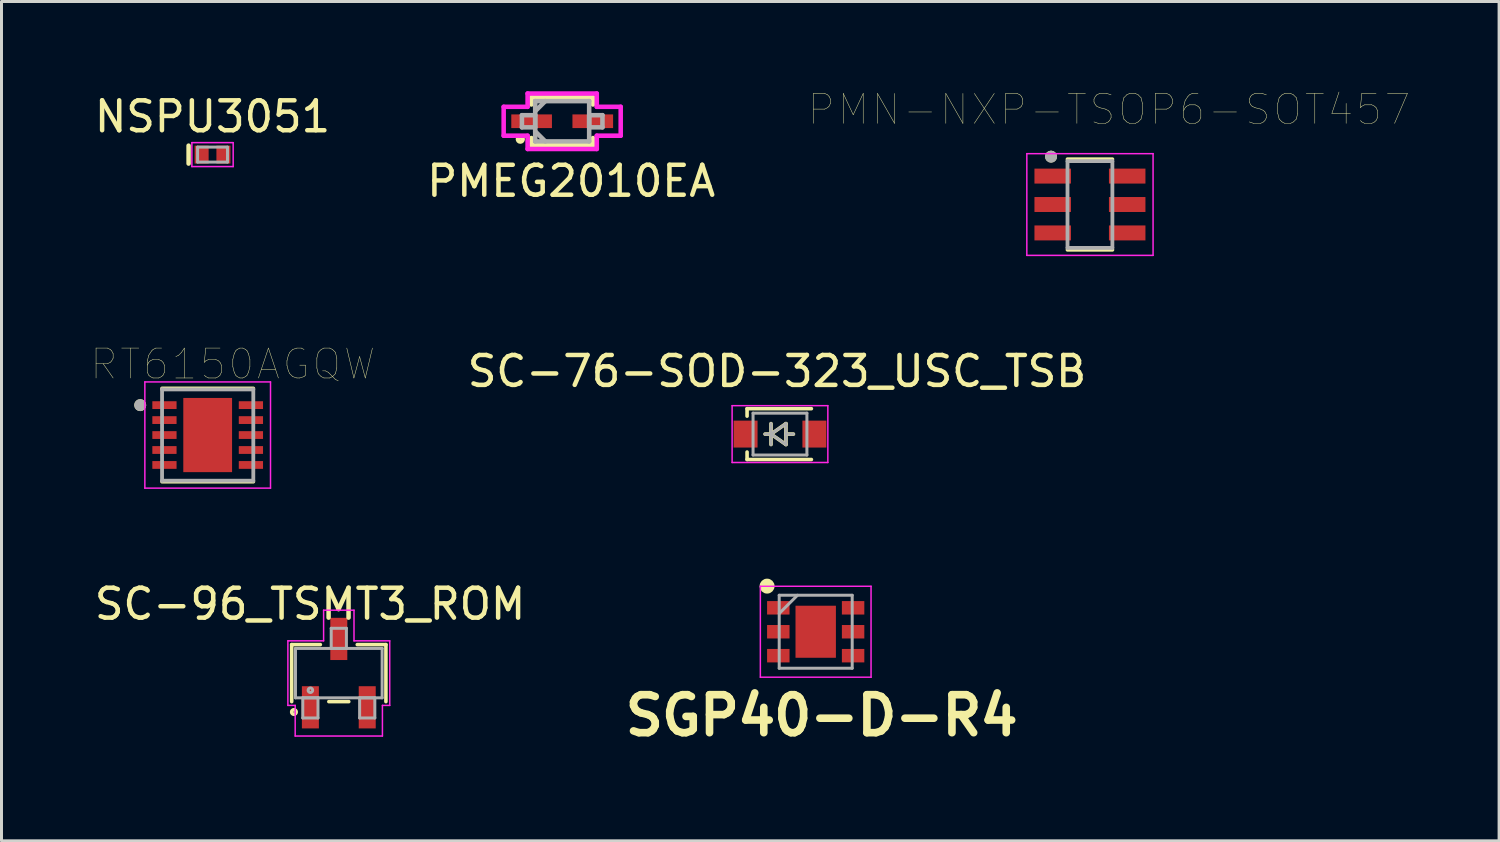
<source format=kicad_pcb>
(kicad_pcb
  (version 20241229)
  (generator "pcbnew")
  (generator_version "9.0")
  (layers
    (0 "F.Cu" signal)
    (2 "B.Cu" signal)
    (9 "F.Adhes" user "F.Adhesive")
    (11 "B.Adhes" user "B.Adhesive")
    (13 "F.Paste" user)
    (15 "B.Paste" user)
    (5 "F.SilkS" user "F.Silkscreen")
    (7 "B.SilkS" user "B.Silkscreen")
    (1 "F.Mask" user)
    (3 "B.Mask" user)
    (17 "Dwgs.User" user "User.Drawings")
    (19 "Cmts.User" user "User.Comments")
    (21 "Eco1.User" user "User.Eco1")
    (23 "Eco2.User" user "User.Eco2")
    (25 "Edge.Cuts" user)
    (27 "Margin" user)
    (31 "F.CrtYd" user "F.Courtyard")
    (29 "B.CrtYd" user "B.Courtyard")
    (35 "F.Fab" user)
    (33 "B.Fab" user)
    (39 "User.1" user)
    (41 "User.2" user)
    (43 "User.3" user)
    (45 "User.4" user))
  (footprint "SC-96_TSMT3_ROM"
    (layer "F.Cu")
    (at 8.275 19.45)
    (property "Reference" "SC-96_TSMT3_ROM" (at -0.96 -2.31 0) (layer "F.SilkS") (effects (font (size 1 1) (thickness 0.15))))
    (attr smd)
    (fp_line (start -1.575 -0.953) (end -1.575 0.953) (stroke (width 0.12) (type solid)) (layer "F.SilkS"))
    (fp_line (start -0.617 -0.953) (end -1.575 -0.953) (stroke (width 0.12) (type solid)) (layer "F.SilkS"))
    (fp_line (start -0.333 0.953) (end 0.333 0.953) (stroke (width 0.12) (type solid)) (layer "F.SilkS"))
    (fp_line (start 1.575 -0.953) (end 0.617 -0.953) (stroke (width 0.12) (type solid)) (layer "F.SilkS"))
    (fp_line (start 1.575 0.953) (end 1.575 -0.953) (stroke (width 0.12) (type solid)) (layer "F.SilkS"))
    (fp_circle (center -1.5 1.3) (end -1.424 1.3) (stroke (width 0.12) (type solid)) (fill no) (layer "F.SilkS"))
    (fp_line (start -1.702 -1.079) (end -0.508 -1.079) (stroke (width 0.05) (type solid)) (layer "F.CrtYd"))
    (fp_line (start -1.702 1.079) (end -1.702 -1.079) (stroke (width 0.05) (type solid)) (layer "F.CrtYd"))
    (fp_line (start -1.458 1.079) (end -1.702 1.079) (stroke (width 0.05) (type solid)) (layer "F.CrtYd"))
    (fp_line (start -1.458 2.103) (end -1.458 1.079) (stroke (width 0.05) (type solid)) (layer "F.CrtYd"))
    (fp_line (start -0.508 -2.103) (end 0.508 -2.103) (stroke (width 0.05) (type solid)) (layer "F.CrtYd"))
    (fp_line (start -0.508 -1.079) (end -0.508 -2.103) (stroke (width 0.05) (type solid)) (layer "F.CrtYd"))
    (fp_line (start 0.508 -1.079) (end 0.508 -2.103) (stroke (width 0.05) (type solid)) (layer "F.CrtYd"))
    (fp_line (start 0.508 -1.079) (end 1.702 -1.079) (stroke (width 0.05) (type solid)) (layer "F.CrtYd"))
    (fp_line (start 1.458 1.079) (end 1.458 2.103) (stroke (width 0.05) (type solid)) (layer "F.CrtYd"))
    (fp_line (start 1.458 2.103) (end -1.458 2.103) (stroke (width 0.05) (type solid)) (layer "F.CrtYd"))
    (fp_line (start 1.702 -1.079) (end 1.702 1.079) (stroke (width 0.05) (type solid)) (layer "F.CrtYd"))
    (fp_line (start 1.702 1.079) (end 1.458 1.079) (stroke (width 0.05) (type solid)) (layer "F.CrtYd"))
    (fp_line (start -1.448 -0.826) (end -1.448 0.826) (stroke (width 0.1) (type solid)) (layer "F.Fab"))
    (fp_line (start -1.448 0.826) (end 1.448 0.826) (stroke (width 0.1) (type solid)) (layer "F.Fab"))
    (fp_line (start -1.204 0.826) (end -1.204 1.499) (stroke (width 0.1) (type solid)) (layer "F.Fab"))
    (fp_line (start -1.204 1.499) (end -0.696 1.499) (stroke (width 0.1) (type solid)) (layer "F.Fab"))
    (fp_line (start -0.696 0.826) (end -1.204 0.826) (stroke (width 0.1) (type solid)) (layer "F.Fab"))
    (fp_line (start -0.696 1.499) (end -0.696 0.826) (stroke (width 0.1) (type solid)) (layer "F.Fab"))
    (fp_line (start -0.254 -1.499) (end -0.254 -0.826) (stroke (width 0.1) (type solid)) (layer "F.Fab"))
    (fp_line (start -0.254 -0.826) (end 0.254 -0.826) (stroke (width 0.1) (type solid)) (layer "F.Fab"))
    (fp_line (start 0.254 -1.499) (end -0.254 -1.499) (stroke (width 0.1) (type solid)) (layer "F.Fab"))
    (fp_line (start 0.254 -0.826) (end 0.254 -1.499) (stroke (width 0.1) (type solid)) (layer "F.Fab"))
    (fp_line (start 0.696 0.826) (end 0.696 1.499) (stroke (width 0.1) (type solid)) (layer "F.Fab"))
    (fp_line (start 0.696 1.499) (end 1.204 1.499) (stroke (width 0.1) (type solid)) (layer "F.Fab"))
    (fp_line (start 1.204 0.826) (end 0.696 0.826) (stroke (width 0.1) (type solid)) (layer "F.Fab"))
    (fp_line (start 1.204 1.499) (end 1.204 0.826) (stroke (width 0.1) (type solid)) (layer "F.Fab"))
    (fp_line (start 1.448 -0.826) (end -1.448 -0.826) (stroke (width 0.1) (type solid)) (layer "F.Fab"))
    (fp_line (start 1.448 0.826) (end 1.448 -0.826) (stroke (width 0.1) (type solid)) (layer "F.Fab"))
    (fp_circle (center -0.95 0.572) (end -0.874 0.572) (stroke (width 0.1) (type solid)) (fill no) (layer "F.Fab"))
    (pad "1" smd rect (at -0.95 1.143) (size 0.568 1.411) (layers "F.Cu" "F.Mask" "F.Paste"))
    (pad "2" smd rect (at 0.95 1.143) (size 0.568 1.411) (layers "F.Cu" "F.Mask" "F.Paste"))
    (pad "3" smd rect (at 0 -1.143) (size 0.568 1.411) (layers "F.Cu" "F.Mask" "F.Paste")))
  (footprint "SC-76-SOD-323_USC_TSB"
    (layer "F.Cu")
    (at 23.022 11.46)
    (property "Reference" "SC-76-SOD-323_USC_TSB" (at -0.1 -2.1 0) (layer "F.SilkS") (effects (font (size 1 1) (thickness 0.15))))
    (attr smd)
    (fp_line (start -1.1 -0.85) (end -1.1 -0.6) (stroke (width 0.12) (type solid)) (layer "F.SilkS"))
    (fp_line (start -1.1 -0.85) (end 1.05 -0.85) (stroke (width 0.12) (type solid)) (layer "F.SilkS"))
    (fp_line (start -1.1 0.85) (end -1.1 0.6) (stroke (width 0.12) (type solid)) (layer "F.SilkS"))
    (fp_line (start -1.1 0.85) (end 1.05 0.85) (stroke (width 0.12) (type solid)) (layer "F.SilkS"))
    (fp_line (start -0.3 -0.35) (end -0.3 0.35) (stroke (width 0.12) (type solid)) (layer "F.SilkS"))
    (fp_line (start -0.3 0) (end -0.5 0) (stroke (width 0.12) (type solid)) (layer "F.SilkS"))
    (fp_line (start -0.3 0) (end 0.2 -0.35) (stroke (width 0.12) (type solid)) (layer "F.SilkS"))
    (fp_line (start 0.2 -0.35) (end 0.2 0.35) (stroke (width 0.12) (type solid)) (layer "F.SilkS"))
    (fp_line (start 0.2 0) (end 0.45 0) (stroke (width 0.12) (type solid)) (layer "F.SilkS"))
    (fp_line (start 0.2 0.35) (end -0.3 0) (stroke (width 0.12) (type solid)) (layer "F.SilkS"))
    (fp_line (start -1.6 -0.95) (end -1.6 0.95) (stroke (width 0.05) (type solid)) (layer "F.CrtYd"))
    (fp_line (start -1.6 -0.95) (end 1.6 -0.95) (stroke (width 0.05) (type solid)) (layer "F.CrtYd"))
    (fp_line (start -1.6 0.95) (end 1.6 0.95) (stroke (width 0.05) (type solid)) (layer "F.CrtYd"))
    (fp_line (start 1.6 -0.95) (end 1.6 0.95) (stroke (width 0.05) (type solid)) (layer "F.CrtYd"))
    (fp_line (start -0.9 -0.7) (end 0.9 -0.7) (stroke (width 0.1) (type solid)) (layer "F.Fab"))
    (fp_line (start -0.9 0.7) (end -0.9 -0.7) (stroke (width 0.1) (type solid)) (layer "F.Fab"))
    (fp_line (start -0.3 -0.35) (end -0.3 0.35) (stroke (width 0.1) (type solid)) (layer "F.Fab"))
    (fp_line (start -0.3 0) (end -0.5 0) (stroke (width 0.1) (type solid)) (layer "F.Fab"))
    (fp_line (start -0.3 0) (end 0.2 -0.35) (stroke (width 0.1) (type solid)) (layer "F.Fab"))
    (fp_line (start 0.2 -0.35) (end 0.2 0.35) (stroke (width 0.1) (type solid)) (layer "F.Fab"))
    (fp_line (start 0.2 0) (end 0.45 0) (stroke (width 0.1) (type solid)) (layer "F.Fab"))
    (fp_line (start 0.2 0.35) (end -0.3 0) (stroke (width 0.1) (type solid)) (layer "F.Fab"))
    (fp_line (start 0.9 -0.7) (end 0.9 0.7) (stroke (width 0.1) (type solid)) (layer "F.Fab"))
    (fp_line (start 0.9 0.7) (end -0.9 0.7) (stroke (width 0.1) (type solid)) (layer "F.Fab"))
    (pad "1" smd rect (at -1.15 0) (size 0.8 0.9) (layers "F.Cu" "F.Mask" "F.Paste"))
    (pad "2" smd rect (at 1.15 0) (size 0.8 0.9) (layers "F.Cu" "F.Mask" "F.Paste")))
  (footprint "NSPU3051"
    (layer "F.Cu")
    (at 4.054 2.118)
    (property "Reference" "NSPU3051" (at 0 -1.27 0) (layer "F.SilkS") (effects (font (size 1 1) (thickness 0.15))))
    (attr smd)
    (fp_line (start -0.8 -0.3) (end -0.8 0.3) (stroke (width 0.15) (type solid)) (layer "F.SilkS"))
    (fp_line (start -0.69 -0.4) (end -0.69 0.4) (stroke (width 0.05) (type solid)) (layer "F.CrtYd"))
    (fp_line (start -0.69 -0.4) (end 0.69 -0.4) (stroke (width 0.05) (type solid)) (layer "F.CrtYd"))
    (fp_line (start 0.69 0.4) (end -0.69 0.4) (stroke (width 0.05) (type solid)) (layer "F.CrtYd"))
    (fp_line (start 0.69 0.4) (end 0.69 -0.4) (stroke (width 0.05) (type solid)) (layer "F.CrtYd"))
    (fp_line (start -0.5 -0.25) (end 0.5 -0.25) (stroke (width 0.1) (type solid)) (layer "F.Fab"))
    (fp_line (start -0.5 0.25) (end -0.5 -0.25) (stroke (width 0.1) (type solid)) (layer "F.Fab"))
    (fp_line (start 0.5 -0.25) (end 0.5 0.25) (stroke (width 0.1) (type solid)) (layer "F.Fab"))
    (fp_line (start 0.5 0.25) (end -0.5 0.25) (stroke (width 0.1) (type solid)) (layer "F.Fab"))
    (pad "1" smd rect (at -0.365 0) (size 0.47 0.6) (layers "F.Cu" "F.Mask" "F.Paste"))
    (pad "2" smd rect (at 0.365 0) (size 0.47 0.6) (layers "F.Cu" "F.Mask" "F.Paste")))
  (footprint "SGP40-D-R4"
    (layer "F.Cu")
    (at 24.216 18.067)
    (property "Reference" "SGP40-D-R4" (at 0.2 2.8 0) (layer "F.SilkS") (effects (font (size 1.27 1.27) (thickness 0.254))))
    (attr smd)
    (fp_circle (center -1.625 -1.525) (end -1.625 -1.4) (stroke (width 0.25) (type solid)) (fill no) (layer "F.SilkS"))
    (fp_line (start -1.85 -1.52) (end 1.85 -1.52) (stroke (width 0.05) (type solid)) (layer "F.CrtYd"))
    (fp_line (start -1.85 1.52) (end -1.85 -1.52) (stroke (width 0.05) (type solid)) (layer "F.CrtYd"))
    (fp_line (start 1.85 -1.52) (end 1.85 1.52) (stroke (width 0.05) (type solid)) (layer "F.CrtYd"))
    (fp_line (start 1.85 1.52) (end -1.85 1.52) (stroke (width 0.05) (type solid)) (layer "F.CrtYd"))
    (fp_line (start -1.22 -1.22) (end 1.22 -1.22) (stroke (width 0.1) (type solid)) (layer "F.Fab"))
    (fp_line (start -1.22 -0.61) (end -0.61 -1.22) (stroke (width 0.1) (type solid)) (layer "F.Fab"))
    (fp_line (start -1.22 1.22) (end -1.22 -1.22) (stroke (width 0.1) (type solid)) (layer "F.Fab"))
    (fp_line (start 1.22 -1.22) (end 1.22 1.22) (stroke (width 0.1) (type solid)) (layer "F.Fab"))
    (fp_line (start 1.22 1.22) (end -1.22 1.22) (stroke (width 0.1) (type solid)) (layer "F.Fab"))
    (pad "1" smd rect (at -1.25 -0.8 90) (size 0.45 0.75) (layers "F.Cu" "F.Mask" "F.Paste"))
    (pad "2" smd rect (at -1.25 0 90) (size 0.45 0.75) (layers "F.Cu" "F.Mask" "F.Paste"))
    (pad "3" smd rect (at -1.25 0.8 90) (size 0.45 0.75) (layers "F.Cu" "F.Mask" "F.Paste"))
    (pad "4" smd rect (at 1.25 0.8 90) (size 0.45 0.75) (layers "F.Cu" "F.Mask" "F.Paste"))
    (pad "5" smd rect (at 1.25 0 90) (size 0.45 0.75) (layers "F.Cu" "F.Mask" "F.Paste"))
    (pad "6" smd rect (at 1.25 -0.8 90) (size 0.45 0.75) (layers "F.Cu" "F.Mask" "F.Paste"))
    (pad "7" smd rect (at 0 0) (size 1.35 1.74) (layers "F.Cu" "F.Mask" "F.Paste")))
  (footprint "PMN-NXP-TSOP6-SOT457"
    (layer "F.Cu")
    (at 33.383 3.786)
    (property "Reference" "PMN-NXP-TSOP6-SOT457" (at 0.635 -3.175 0) (layer "F.SilkS") (effects (font (size 1 1) (thickness 0.015))))
    (attr through_hole)
    (fp_line (start -0.75 -1.514) (end 0.75 -1.514) (stroke (width 0.127) (type solid)) (layer "F.SilkS"))
    (fp_line (start -0.75 1.514) (end 0.75 1.514) (stroke (width 0.127) (type solid)) (layer "F.SilkS"))
    (fp_circle (center -1.3 -1.6) (end -1.2 -1.6) (stroke (width 0.2) (type solid)) (fill no) (layer "F.SilkS"))
    (fp_line (start -2.11 -1.7) (end 2.11 -1.7) (stroke (width 0.05) (type solid)) (layer "F.CrtYd"))
    (fp_line (start -2.11 1.7) (end -2.11 -1.7) (stroke (width 0.05) (type solid)) (layer "F.CrtYd"))
    (fp_line (start 2.11 -1.7) (end 2.11 1.7) (stroke (width 0.05) (type solid)) (layer "F.CrtYd"))
    (fp_line (start 2.11 1.7) (end -2.11 1.7) (stroke (width 0.05) (type solid)) (layer "F.CrtYd"))
    (fp_line (start -0.75 -1.45) (end 0.75 -1.45) (stroke (width 0.127) (type solid)) (layer "F.Fab"))
    (fp_line (start -0.75 1.45) (end -0.75 -1.45) (stroke (width 0.127) (type solid)) (layer "F.Fab"))
    (fp_line (start 0.75 -1.45) (end 0.75 1.45) (stroke (width 0.127) (type solid)) (layer "F.Fab"))
    (fp_line (start 0.75 1.45) (end -0.75 1.45) (stroke (width 0.127) (type solid)) (layer "F.Fab"))
    (fp_circle (center -1.3 -1.6) (end -1.2 -1.6) (stroke (width 0.2) (type solid)) (fill no) (layer "F.Fab"))
    (pad "1" smd rect (at -1.245 -0.95) (size 1.22 0.5) (layers "F.Cu" "F.Mask" "F.Paste"))
    (pad "2" smd rect (at -1.245 0) (size 1.22 0.5) (layers "F.Cu" "F.Mask" "F.Paste"))
    (pad "3" smd rect (at -1.245 0.95) (size 1.22 0.5) (layers "F.Cu" "F.Mask" "F.Paste"))
    (pad "4" smd rect (at 1.245 0.95) (size 1.22 0.5) (layers "F.Cu" "F.Mask" "F.Paste"))
    (pad "5" smd rect (at 1.245 0) (size 1.22 0.5) (layers "F.Cu" "F.Mask" "F.Paste"))
    (pad "6" smd rect (at 1.245 -0.95) (size 1.22 0.5) (layers "F.Cu" "F.Mask" "F.Paste")))
  (footprint "PMEG2010EA"
    (layer "F.Cu")
    (at 15.742 1.003)
    (property "Reference" "PMEG2010EA" (at 0.3 2 0) (layer "F.SilkS") (effects (font (size 1 1) (thickness 0.15))))
    (attr through_hole)
    (fp_line (start -1.029 -0.8) (end -1.029 -0.561) (stroke (width 0.152) (type solid)) (layer "F.SilkS"))
    (fp_line (start -1.029 0.561) (end -1.029 0.8) (stroke (width 0.152) (type solid)) (layer "F.SilkS"))
    (fp_line (start -1.029 0.8) (end 1.029 0.8) (stroke (width 0.152) (type solid)) (layer "F.SilkS"))
    (fp_line (start 1.029 -0.8) (end -1.029 -0.8) (stroke (width 0.152) (type solid)) (layer "F.SilkS"))
    (fp_line (start 1.029 -0.561) (end 1.029 -0.8) (stroke (width 0.152) (type solid)) (layer "F.SilkS"))
    (fp_line (start 1.029 0.8) (end 1.029 0.561) (stroke (width 0.152) (type solid)) (layer "F.SilkS"))
    (fp_circle (center -1.4 0.6) (end -1.32 0.6) (stroke (width 0.15) (type solid)) (fill no) (layer "F.SilkS"))
    (fp_line (start -1.956 -0.483) (end -1.156 -0.483) (stroke (width 0.152) (type solid)) (layer "F.CrtYd"))
    (fp_line (start -1.956 0.483) (end -1.956 -0.483) (stroke (width 0.152) (type solid)) (layer "F.CrtYd"))
    (fp_line (start -1.156 -0.927) (end 1.156 -0.927) (stroke (width 0.152) (type solid)) (layer "F.CrtYd"))
    (fp_line (start -1.156 -0.483) (end -1.156 -0.927) (stroke (width 0.152) (type solid)) (layer "F.CrtYd"))
    (fp_line (start -1.156 0.483) (end -1.956 0.483) (stroke (width 0.152) (type solid)) (layer "F.CrtYd"))
    (fp_line (start -1.156 0.927) (end -1.156 0.483) (stroke (width 0.152) (type solid)) (layer "F.CrtYd"))
    (fp_line (start 1.156 -0.927) (end 1.156 -0.483) (stroke (width 0.152) (type solid)) (layer "F.CrtYd"))
    (fp_line (start 1.156 -0.483) (end 1.956 -0.483) (stroke (width 0.152) (type solid)) (layer "F.CrtYd"))
    (fp_line (start 1.156 0.483) (end 1.156 0.927) (stroke (width 0.152) (type solid)) (layer "F.CrtYd"))
    (fp_line (start 1.156 0.927) (end -1.156 0.927) (stroke (width 0.152) (type solid)) (layer "F.CrtYd"))
    (fp_line (start 1.956 -0.483) (end 1.956 0.483) (stroke (width 0.152) (type solid)) (layer "F.CrtYd"))
    (fp_line (start 1.956 0.483) (end 1.156 0.483) (stroke (width 0.152) (type solid)) (layer "F.CrtYd"))
    (fp_line (start -1.346 -0.203) (end -1.346 0.203) (stroke (width 0.152) (type solid)) (layer "F.Fab"))
    (fp_line (start -1.346 0.203) (end -0.902 0.203) (stroke (width 0.152) (type solid)) (layer "F.Fab"))
    (fp_line (start -0.902 -0.673) (end -0.902 0.673) (stroke (width 0.152) (type solid)) (layer "F.Fab"))
    (fp_line (start -0.902 -0.337) (end -0.565 -0.673) (stroke (width 0.152) (type solid)) (layer "F.Fab"))
    (fp_line (start -0.902 -0.203) (end -1.346 -0.203) (stroke (width 0.152) (type solid)) (layer "F.Fab"))
    (fp_line (start -0.902 0.203) (end -0.902 -0.203) (stroke (width 0.152) (type solid)) (layer "F.Fab"))
    (fp_line (start -0.902 0.337) (end -0.565 0.673) (stroke (width 0.152) (type solid)) (layer "F.Fab"))
    (fp_line (start -0.902 0.673) (end 0.902 0.673) (stroke (width 0.152) (type solid)) (layer "F.Fab"))
    (fp_line (start 0.902 -0.673) (end -0.902 -0.673) (stroke (width 0.152) (type solid)) (layer "F.Fab"))
    (fp_line (start 0.902 -0.203) (end 0.902 0.203) (stroke (width 0.152) (type solid)) (layer "F.Fab"))
    (fp_line (start 0.902 0.203) (end 1.346 0.203) (stroke (width 0.152) (type solid)) (layer "F.Fab"))
    (fp_line (start 0.902 0.673) (end 0.902 -0.673) (stroke (width 0.152) (type solid)) (layer "F.Fab"))
    (fp_line (start 1.346 -0.203) (end 0.902 -0.203) (stroke (width 0.152) (type solid)) (layer "F.Fab"))
    (fp_line (start 1.346 0.203) (end 1.346 -0.203) (stroke (width 0.152) (type solid)) (layer "F.Fab"))
    (pad "1" smd rect (at -1.022 0) (size 1.359 0.457) (layers "F.Cu" "F.Mask" "F.Paste"))
    (pad "2" smd rect (at 1.022 0) (size 1.359 0.457) (layers "F.Cu" "F.Mask" "F.Paste")))
  (footprint "RT6150AGQW"
    (layer "F.Cu")
    (at 3.892 11.492)
    (property "Reference" "RT6150AGQW" (at 0.84 -2.369 0) (layer "F.SilkS") (effects (font (size 1 1) (thickness 0.015))))
    (attr smd)
    (fp_line (start -1.525 -1.558) (end 1.525 -1.558) (stroke (width 0.127) (type solid)) (layer "F.SilkS"))
    (fp_line (start -1.525 1.558) (end 1.525 1.558) (stroke (width 0.127) (type solid)) (layer "F.SilkS"))
    (fp_circle (center -2.255 -1) (end -2.155 -1) (stroke (width 0.2) (type solid)) (fill no) (layer "F.SilkS"))
    (fp_poly (pts (xy -0.51 -0.78) (xy 0.51 -0.78) (xy 0.51 0.78) (xy -0.51 0.78)) (stroke (width 0.01) (type solid)) (fill yes) (layer "F.Paste"))
    (fp_line (start -2.1 -1.775) (end -2.1 1.775) (stroke (width 0.05) (type solid)) (layer "F.CrtYd"))
    (fp_line (start -2.1 -1.775) (end 2.1 -1.775) (stroke (width 0.05) (type solid)) (layer "F.CrtYd"))
    (fp_line (start -2.1 1.775) (end 2.1 1.775) (stroke (width 0.05) (type solid)) (layer "F.CrtYd"))
    (fp_line (start 2.1 -1.775) (end 2.1 1.775) (stroke (width 0.05) (type solid)) (layer "F.CrtYd"))
    (fp_line (start -1.525 -1.525) (end -1.525 1.525) (stroke (width 0.127) (type solid)) (layer "F.Fab"))
    (fp_line (start -1.525 -1.525) (end 1.525 -1.525) (stroke (width 0.127) (type solid)) (layer "F.Fab"))
    (fp_line (start -1.525 1.525) (end 1.525 1.525) (stroke (width 0.127) (type solid)) (layer "F.Fab"))
    (fp_line (start 1.525 -1.525) (end 1.525 1.525) (stroke (width 0.127) (type solid)) (layer "F.Fab"))
    (fp_circle (center -2.255 -1) (end -2.155 -1) (stroke (width 0.2) (type solid)) (fill no) (layer "F.Fab"))
    (pad "1" smd rect (at -1.445 -1) (size 0.81 0.26) (layers "F.Cu" "F.Mask" "F.Paste"))
    (pad "2" smd rect (at -1.445 -0.5) (size 0.81 0.26) (layers "F.Cu" "F.Mask" "F.Paste"))
    (pad "3" smd rect (at -1.445 0) (size 0.81 0.26) (layers "F.Cu" "F.Mask" "F.Paste"))
    (pad "4" smd rect (at -1.445 0.5) (size 0.81 0.26) (layers "F.Cu" "F.Mask" "F.Paste"))
    (pad "5" smd rect (at -1.445 1) (size 0.81 0.26) (layers "F.Cu" "F.Mask" "F.Paste"))
    (pad "6" smd rect (at 1.445 1) (size 0.81 0.26) (layers "F.Cu" "F.Mask" "F.Paste"))
    (pad "7" smd rect (at 1.445 0.5) (size 0.81 0.26) (layers "F.Cu" "F.Mask" "F.Paste"))
    (pad "8" smd rect (at 1.445 0) (size 0.81 0.26) (layers "F.Cu" "F.Mask" "F.Paste"))
    (pad "9" smd rect (at 1.445 -0.5) (size 0.81 0.26) (layers "F.Cu" "F.Mask" "F.Paste"))
    (pad "10" smd rect (at 1.445 -1) (size 0.81 0.26) (layers "F.Cu" "F.Mask" "F.Paste"))
    (pad "11" smd rect (at 0 0) (size 1.63 2.48) (layers "F.Cu" "F.Mask")))
  (gr_rect
    (start -3 -3)
    (end 47.059 25.056)
    (stroke (width 0.1) (type default))
    (fill no)
    (layer "Edge.Cuts")))
</source>
